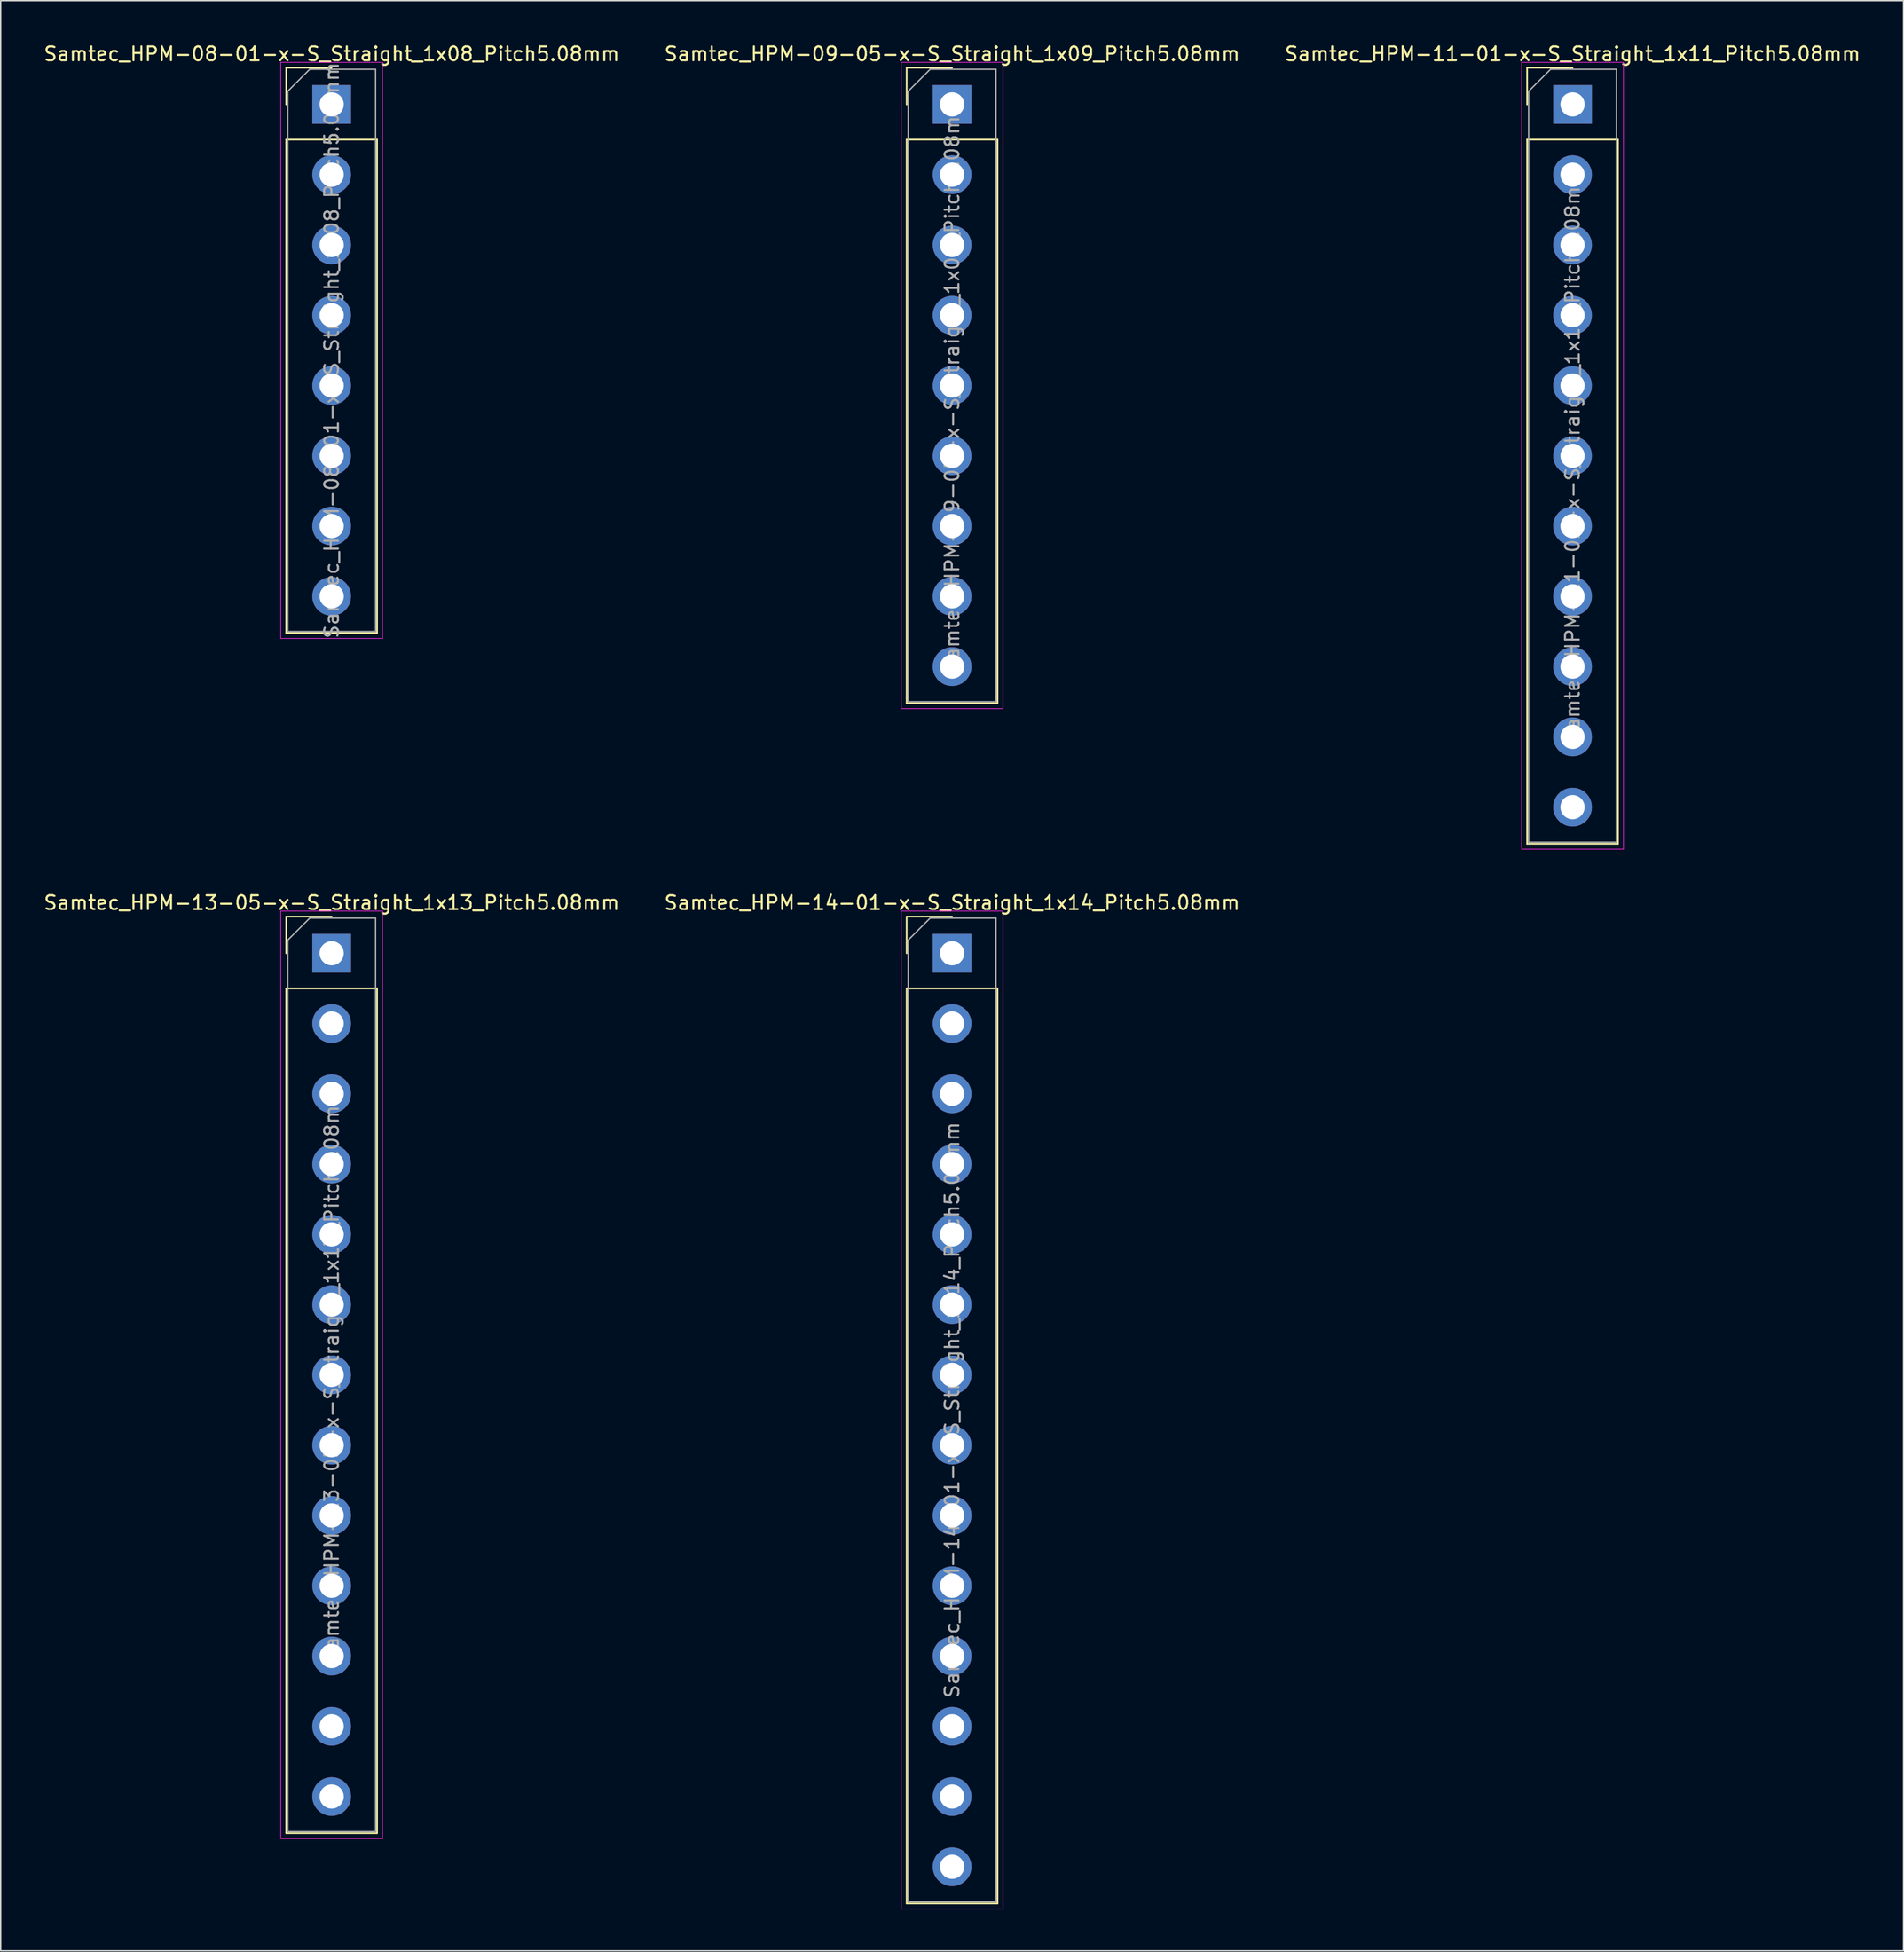
<source format=kicad_pcb>
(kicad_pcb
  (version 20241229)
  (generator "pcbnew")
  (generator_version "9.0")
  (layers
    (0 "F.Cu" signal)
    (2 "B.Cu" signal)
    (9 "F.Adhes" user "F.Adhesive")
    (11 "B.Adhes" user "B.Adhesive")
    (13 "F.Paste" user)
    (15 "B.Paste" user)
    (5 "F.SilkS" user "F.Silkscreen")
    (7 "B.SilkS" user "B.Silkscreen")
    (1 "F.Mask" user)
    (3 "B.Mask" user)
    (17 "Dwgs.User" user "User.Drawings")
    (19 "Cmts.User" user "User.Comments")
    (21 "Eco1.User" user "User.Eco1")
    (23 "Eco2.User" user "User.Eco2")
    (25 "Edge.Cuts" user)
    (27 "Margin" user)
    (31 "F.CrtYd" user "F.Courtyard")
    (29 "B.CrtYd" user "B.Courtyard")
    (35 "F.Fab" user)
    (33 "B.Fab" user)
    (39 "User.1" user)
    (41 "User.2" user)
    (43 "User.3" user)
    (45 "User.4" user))
  (footprint "Samtec_HPM-11-01-x-S_Straight_1x11_Pitch5.08mm"
    (layer "F.Cu")
    (at 110.673 4.498)
    (property "Reference" "Samtec_HPM-11-01-x-S_Straight_1x11_Pitch5.08mm" (at 0 -3.65 0) (layer "F.SilkS") (effects (font (size 1 1) (thickness 0.15))))
    (attr through_hole)
    (fp_line (start -3.285 -2.65) (end 0 -2.65) (stroke (width 0.12) (type solid)) (layer "F.SilkS"))
    (fp_line (start -3.285 0) (end -3.285 -2.65) (stroke (width 0.12) (type solid)) (layer "F.SilkS"))
    (fp_line (start -3.285 2.54) (end -3.285 53.45) (stroke (width 0.12) (type solid)) (layer "F.SilkS"))
    (fp_line (start -3.285 2.54) (end 3.285 2.54) (stroke (width 0.12) (type solid)) (layer "F.SilkS"))
    (fp_line (start -3.285 53.45) (end 3.285 53.45) (stroke (width 0.12) (type solid)) (layer "F.SilkS"))
    (fp_line (start 3.285 2.54) (end 3.285 53.45) (stroke (width 0.12) (type solid)) (layer "F.SilkS"))
    (fp_line (start -3.68 -3.04) (end -3.68 53.84) (stroke (width 0.05) (type solid)) (layer "F.CrtYd"))
    (fp_line (start -3.68 53.84) (end 3.68 53.84) (stroke (width 0.05) (type solid)) (layer "F.CrtYd"))
    (fp_line (start 3.68 -3.04) (end -3.68 -3.04) (stroke (width 0.05) (type solid)) (layer "F.CrtYd"))
    (fp_line (start 3.68 53.84) (end 3.68 -3.04) (stroke (width 0.05) (type solid)) (layer "F.CrtYd"))
    (fp_line (start -3.175 -0.953) (end -1.587 -2.54) (stroke (width 0.1) (type solid)) (layer "F.Fab"))
    (fp_line (start -3.175 53.34) (end -3.175 -0.953) (stroke (width 0.1) (type solid)) (layer "F.Fab"))
    (fp_line (start -1.587 -2.54) (end 3.175 -2.54) (stroke (width 0.1) (type solid)) (layer "F.Fab"))
    (fp_line (start 3.175 -2.54) (end 3.175 53.34) (stroke (width 0.1) (type solid)) (layer "F.Fab"))
    (fp_line (start 3.175 53.34) (end -3.175 53.34) (stroke (width 0.1) (type solid)) (layer "F.Fab"))
    (fp_text user "${REFERENCE}" (at 0 25.4 90) (layer "F.Fab") (effects (font (size 1 1) (thickness 0.15))))
    (pad "1" thru_hole rect (at 0 0) (size 2.8 2.8) (drill 1.75) (layers "*.Cu" "*.Mask"))
    (pad "2" thru_hole circle (at 0 5.08) (size 2.8 2.8) (drill 1.75) (layers "*.Cu" "*.Mask"))
    (pad "3" thru_hole circle (at 0 10.16) (size 2.8 2.8) (drill 1.75) (layers "*.Cu" "*.Mask"))
    (pad "4" thru_hole circle (at 0 15.24) (size 2.8 2.8) (drill 1.75) (layers "*.Cu" "*.Mask"))
    (pad "5" thru_hole circle (at 0 20.32) (size 2.8 2.8) (drill 1.75) (layers "*.Cu" "*.Mask"))
    (pad "6" thru_hole circle (at 0 25.4) (size 2.8 2.8) (drill 1.75) (layers "*.Cu" "*.Mask"))
    (pad "7" thru_hole circle (at 0 30.48) (size 2.8 2.8) (drill 1.75) (layers "*.Cu" "*.Mask"))
    (pad "8" thru_hole circle (at 0 35.56) (size 2.8 2.8) (drill 1.75) (layers "*.Cu" "*.Mask"))
    (pad "9" thru_hole circle (at 0 40.64) (size 2.8 2.8) (drill 1.75) (layers "*.Cu" "*.Mask"))
    (pad "10" thru_hole circle (at 0 45.72) (size 2.8 2.8) (drill 1.75) (layers "*.Cu" "*.Mask"))
    (pad "11" thru_hole circle (at 0 50.8) (size 2.8 2.8) (drill 1.75) (layers "*.Cu" "*.Mask")))
  (footprint "Samtec_HPM-08-01-x-S_Straight_1x08_Pitch5.08mm"
    (layer "F.Cu")
    (at 20.935 4.498)
    (property "Reference" "Samtec_HPM-08-01-x-S_Straight_1x08_Pitch5.08mm" (at 0 -3.65 0) (layer "F.SilkS") (effects (font (size 1 1) (thickness 0.15))))
    (attr through_hole)
    (fp_line (start -3.285 -2.65) (end 0 -2.65) (stroke (width 0.12) (type solid)) (layer "F.SilkS"))
    (fp_line (start -3.285 0) (end -3.285 -2.65) (stroke (width 0.12) (type solid)) (layer "F.SilkS"))
    (fp_line (start -3.285 2.54) (end -3.285 38.21) (stroke (width 0.12) (type solid)) (layer "F.SilkS"))
    (fp_line (start -3.285 2.54) (end 3.285 2.54) (stroke (width 0.12) (type solid)) (layer "F.SilkS"))
    (fp_line (start -3.285 38.21) (end 3.285 38.21) (stroke (width 0.12) (type solid)) (layer "F.SilkS"))
    (fp_line (start 3.285 2.54) (end 3.285 38.21) (stroke (width 0.12) (type solid)) (layer "F.SilkS"))
    (fp_line (start -3.68 -3.04) (end -3.68 38.6) (stroke (width 0.05) (type solid)) (layer "F.CrtYd"))
    (fp_line (start -3.68 38.6) (end 3.68 38.6) (stroke (width 0.05) (type solid)) (layer "F.CrtYd"))
    (fp_line (start 3.68 -3.04) (end -3.68 -3.04) (stroke (width 0.05) (type solid)) (layer "F.CrtYd"))
    (fp_line (start 3.68 38.6) (end 3.68 -3.04) (stroke (width 0.05) (type solid)) (layer "F.CrtYd"))
    (fp_line (start -3.175 -0.953) (end -1.587 -2.54) (stroke (width 0.1) (type solid)) (layer "F.Fab"))
    (fp_line (start -3.175 38.1) (end -3.175 -0.953) (stroke (width 0.1) (type solid)) (layer "F.Fab"))
    (fp_line (start -1.587 -2.54) (end 3.175 -2.54) (stroke (width 0.1) (type solid)) (layer "F.Fab"))
    (fp_line (start 3.175 -2.54) (end 3.175 38.1) (stroke (width 0.1) (type solid)) (layer "F.Fab"))
    (fp_line (start 3.175 38.1) (end -3.175 38.1) (stroke (width 0.1) (type solid)) (layer "F.Fab"))
    (fp_text user "${REFERENCE}" (at 0 17.78 90) (layer "F.Fab") (effects (font (size 1 1) (thickness 0.15))))
    (pad "1" thru_hole rect (at 0 0) (size 2.8 2.8) (drill 1.75) (layers "*.Cu" "*.Mask"))
    (pad "2" thru_hole circle (at 0 5.08) (size 2.8 2.8) (drill 1.75) (layers "*.Cu" "*.Mask"))
    (pad "3" thru_hole circle (at 0 10.16) (size 2.8 2.8) (drill 1.75) (layers "*.Cu" "*.Mask"))
    (pad "4" thru_hole circle (at 0 15.24) (size 2.8 2.8) (drill 1.75) (layers "*.Cu" "*.Mask"))
    (pad "5" thru_hole circle (at 0 20.32) (size 2.8 2.8) (drill 1.75) (layers "*.Cu" "*.Mask"))
    (pad "6" thru_hole circle (at 0 25.4) (size 2.8 2.8) (drill 1.75) (layers "*.Cu" "*.Mask"))
    (pad "7" thru_hole circle (at 0 30.48) (size 2.8 2.8) (drill 1.75) (layers "*.Cu" "*.Mask"))
    (pad "8" thru_hole circle (at 0 35.56) (size 2.8 2.8) (drill 1.75) (layers "*.Cu" "*.Mask")))
  (footprint "Samtec_HPM-14-01-x-S_Straight_1x14_Pitch5.08mm"
    (layer "F.Cu")
    (at 65.804 65.862)
    (property "Reference" "Samtec_HPM-14-01-x-S_Straight_1x14_Pitch5.08mm" (at 0 -3.65 0) (layer "F.SilkS") (effects (font (size 1 1) (thickness 0.15))))
    (attr through_hole)
    (fp_line (start -3.285 -2.65) (end 0 -2.65) (stroke (width 0.12) (type solid)) (layer "F.SilkS"))
    (fp_line (start -3.285 0) (end -3.285 -2.65) (stroke (width 0.12) (type solid)) (layer "F.SilkS"))
    (fp_line (start -3.285 2.54) (end -3.285 68.69) (stroke (width 0.12) (type solid)) (layer "F.SilkS"))
    (fp_line (start -3.285 2.54) (end 3.285 2.54) (stroke (width 0.12) (type solid)) (layer "F.SilkS"))
    (fp_line (start -3.285 68.69) (end 3.285 68.69) (stroke (width 0.12) (type solid)) (layer "F.SilkS"))
    (fp_line (start 3.285 2.54) (end 3.285 68.69) (stroke (width 0.12) (type solid)) (layer "F.SilkS"))
    (fp_line (start -3.68 -3.05) (end -3.68 69.09) (stroke (width 0.05) (type solid)) (layer "F.CrtYd"))
    (fp_line (start -3.68 69.09) (end 3.68 69.09) (stroke (width 0.05) (type solid)) (layer "F.CrtYd"))
    (fp_line (start 3.68 -3.05) (end -3.68 -3.05) (stroke (width 0.05) (type solid)) (layer "F.CrtYd"))
    (fp_line (start 3.68 69.09) (end 3.68 -3.05) (stroke (width 0.05) (type solid)) (layer "F.CrtYd"))
    (fp_line (start -3.175 -0.953) (end -1.587 -2.54) (stroke (width 0.1) (type solid)) (layer "F.Fab"))
    (fp_line (start -3.175 68.58) (end -3.175 -0.953) (stroke (width 0.1) (type solid)) (layer "F.Fab"))
    (fp_line (start -1.587 -2.54) (end 3.175 -2.54) (stroke (width 0.1) (type solid)) (layer "F.Fab"))
    (fp_line (start 3.175 -2.54) (end 3.175 68.58) (stroke (width 0.1) (type solid)) (layer "F.Fab"))
    (fp_line (start 3.175 68.58) (end -3.175 68.58) (stroke (width 0.1) (type solid)) (layer "F.Fab"))
    (fp_text user "${REFERENCE}" (at 0 33.02 90) (layer "F.Fab") (effects (font (size 1 1) (thickness 0.15))))
    (pad "1" thru_hole rect (at 0 0) (size 2.8 2.8) (drill 1.75) (layers "*.Cu" "*.Mask"))
    (pad "2" thru_hole circle (at 0 5.08) (size 2.8 2.8) (drill 1.75) (layers "*.Cu" "*.Mask"))
    (pad "3" thru_hole circle (at 0 10.16) (size 2.8 2.8) (drill 1.75) (layers "*.Cu" "*.Mask"))
    (pad "4" thru_hole circle (at 0 15.24) (size 2.8 2.8) (drill 1.75) (layers "*.Cu" "*.Mask"))
    (pad "5" thru_hole circle (at 0 20.32) (size 2.8 2.8) (drill 1.75) (layers "*.Cu" "*.Mask"))
    (pad "6" thru_hole circle (at 0 25.4) (size 2.8 2.8) (drill 1.75) (layers "*.Cu" "*.Mask"))
    (pad "7" thru_hole circle (at 0 30.48) (size 2.8 2.8) (drill 1.75) (layers "*.Cu" "*.Mask"))
    (pad "8" thru_hole circle (at 0 35.56) (size 2.8 2.8) (drill 1.75) (layers "*.Cu" "*.Mask"))
    (pad "9" thru_hole circle (at 0 40.64) (size 2.8 2.8) (drill 1.75) (layers "*.Cu" "*.Mask"))
    (pad "10" thru_hole circle (at 0 45.72) (size 2.8 2.8) (drill 1.75) (layers "*.Cu" "*.Mask"))
    (pad "11" thru_hole circle (at 0 50.8) (size 2.8 2.8) (drill 1.75) (layers "*.Cu" "*.Mask"))
    (pad "12" thru_hole circle (at 0 55.88) (size 2.8 2.8) (drill 1.75) (layers "*.Cu" "*.Mask"))
    (pad "13" thru_hole circle (at 0 60.96) (size 2.8 2.8) (drill 1.75) (layers "*.Cu" "*.Mask"))
    (pad "14" thru_hole circle (at 0 66.04) (size 2.8 2.8) (drill 1.75) (layers "*.Cu" "*.Mask")))
  (footprint "Samtec_HPM-13-05-x-S_Straight_1x13_Pitch5.08mm"
    (layer "F.Cu")
    (at 20.935 65.862)
    (property "Reference" "Samtec_HPM-13-05-x-S_Straight_1x13_Pitch5.08mm" (at 0 -3.65 0) (layer "F.SilkS") (effects (font (size 1 1) (thickness 0.15))))
    (attr through_hole)
    (fp_line (start -3.285 -2.65) (end 0 -2.65) (stroke (width 0.12) (type solid)) (layer "F.SilkS"))
    (fp_line (start -3.285 0) (end -3.285 -2.65) (stroke (width 0.12) (type solid)) (layer "F.SilkS"))
    (fp_line (start -3.285 2.54) (end -3.285 63.61) (stroke (width 0.12) (type solid)) (layer "F.SilkS"))
    (fp_line (start -3.285 2.54) (end 3.285 2.54) (stroke (width 0.12) (type solid)) (layer "F.SilkS"))
    (fp_line (start -3.285 63.61) (end 3.285 63.61) (stroke (width 0.12) (type solid)) (layer "F.SilkS"))
    (fp_line (start 3.285 2.54) (end 3.285 63.61) (stroke (width 0.12) (type solid)) (layer "F.SilkS"))
    (fp_line (start -3.68 -3.05) (end -3.68 64) (stroke (width 0.05) (type solid)) (layer "F.CrtYd"))
    (fp_line (start -3.68 64) (end 3.68 64) (stroke (width 0.05) (type solid)) (layer "F.CrtYd"))
    (fp_line (start 3.68 -3.05) (end -3.68 -3.05) (stroke (width 0.05) (type solid)) (layer "F.CrtYd"))
    (fp_line (start 3.68 64) (end 3.68 -3.05) (stroke (width 0.05) (type solid)) (layer "F.CrtYd"))
    (fp_line (start -3.175 -0.953) (end -1.587 -2.54) (stroke (width 0.1) (type solid)) (layer "F.Fab"))
    (fp_line (start -3.175 63.5) (end -3.175 -0.953) (stroke (width 0.1) (type solid)) (layer "F.Fab"))
    (fp_line (start -1.587 -2.54) (end 3.175 -2.54) (stroke (width 0.1) (type solid)) (layer "F.Fab"))
    (fp_line (start 3.175 -2.54) (end 3.175 63.5) (stroke (width 0.1) (type solid)) (layer "F.Fab"))
    (fp_line (start 3.175 63.5) (end -3.175 63.5) (stroke (width 0.1) (type solid)) (layer "F.Fab"))
    (fp_text user "${REFERENCE}" (at 0 30.48 90) (layer "F.Fab") (effects (font (size 1 1) (thickness 0.15))))
    (pad "1" thru_hole rect (at 0 0) (size 2.8 2.8) (drill 1.75) (layers "*.Cu" "*.Mask"))
    (pad "2" thru_hole circle (at 0 5.08) (size 2.8 2.8) (drill 1.75) (layers "*.Cu" "*.Mask"))
    (pad "3" thru_hole circle (at 0 10.16) (size 2.8 2.8) (drill 1.75) (layers "*.Cu" "*.Mask"))
    (pad "4" thru_hole circle (at 0 15.24) (size 2.8 2.8) (drill 1.75) (layers "*.Cu" "*.Mask"))
    (pad "5" thru_hole circle (at 0 20.32) (size 2.8 2.8) (drill 1.75) (layers "*.Cu" "*.Mask"))
    (pad "6" thru_hole circle (at 0 25.4) (size 2.8 2.8) (drill 1.75) (layers "*.Cu" "*.Mask"))
    (pad "7" thru_hole circle (at 0 30.48) (size 2.8 2.8) (drill 1.75) (layers "*.Cu" "*.Mask"))
    (pad "8" thru_hole circle (at 0 35.56) (size 2.8 2.8) (drill 1.75) (layers "*.Cu" "*.Mask"))
    (pad "9" thru_hole circle (at 0 40.64) (size 2.8 2.8) (drill 1.75) (layers "*.Cu" "*.Mask"))
    (pad "10" thru_hole circle (at 0 45.72) (size 2.8 2.8) (drill 1.75) (layers "*.Cu" "*.Mask"))
    (pad "11" thru_hole circle (at 0 50.8) (size 2.8 2.8) (drill 1.75) (layers "*.Cu" "*.Mask"))
    (pad "12" thru_hole circle (at 0 55.88) (size 2.8 2.8) (drill 1.75) (layers "*.Cu" "*.Mask"))
    (pad "13" thru_hole circle (at 0 60.96) (size 2.8 2.8) (drill 1.75) (layers "*.Cu" "*.Mask")))
  (footprint "Samtec_HPM-09-05-x-S_Straight_1x09_Pitch5.08mm"
    (layer "F.Cu")
    (at 65.804 4.498)
    (property "Reference" "Samtec_HPM-09-05-x-S_Straight_1x09_Pitch5.08mm" (at 0 -3.65 0) (layer "F.SilkS") (effects (font (size 1 1) (thickness 0.15))))
    (attr through_hole)
    (fp_line (start -3.285 -2.65) (end 0 -2.65) (stroke (width 0.12) (type solid)) (layer "F.SilkS"))
    (fp_line (start -3.285 0) (end -3.285 -2.65) (stroke (width 0.12) (type solid)) (layer "F.SilkS"))
    (fp_line (start -3.285 2.54) (end -3.285 43.29) (stroke (width 0.12) (type solid)) (layer "F.SilkS"))
    (fp_line (start -3.285 2.54) (end 3.285 2.54) (stroke (width 0.12) (type solid)) (layer "F.SilkS"))
    (fp_line (start -3.285 43.29) (end 3.285 43.29) (stroke (width 0.12) (type solid)) (layer "F.SilkS"))
    (fp_line (start 3.285 2.54) (end 3.285 43.29) (stroke (width 0.12) (type solid)) (layer "F.SilkS"))
    (fp_line (start -3.68 -3.04) (end -3.68 43.68) (stroke (width 0.05) (type solid)) (layer "F.CrtYd"))
    (fp_line (start -3.68 43.68) (end 3.68 43.68) (stroke (width 0.05) (type solid)) (layer "F.CrtYd"))
    (fp_line (start 3.68 -3.04) (end -3.68 -3.04) (stroke (width 0.05) (type solid)) (layer "F.CrtYd"))
    (fp_line (start 3.68 43.68) (end 3.68 -3.04) (stroke (width 0.05) (type solid)) (layer "F.CrtYd"))
    (fp_line (start -3.175 -0.953) (end -1.587 -2.54) (stroke (width 0.1) (type solid)) (layer "F.Fab"))
    (fp_line (start -3.175 43.18) (end -3.175 -0.953) (stroke (width 0.1) (type solid)) (layer "F.Fab"))
    (fp_line (start -1.587 -2.54) (end 3.175 -2.54) (stroke (width 0.1) (type solid)) (layer "F.Fab"))
    (fp_line (start 3.175 -2.54) (end 3.175 43.18) (stroke (width 0.1) (type solid)) (layer "F.Fab"))
    (fp_line (start 3.175 43.18) (end -3.175 43.18) (stroke (width 0.1) (type solid)) (layer "F.Fab"))
    (fp_text user "${REFERENCE}" (at 0 20.32 90) (layer "F.Fab") (effects (font (size 1 1) (thickness 0.15))))
    (pad "1" thru_hole rect (at 0 0) (size 2.8 2.8) (drill 1.75) (layers "*.Cu" "*.Mask"))
    (pad "2" thru_hole circle (at 0 5.08) (size 2.8 2.8) (drill 1.75) (layers "*.Cu" "*.Mask"))
    (pad "3" thru_hole circle (at 0 10.16) (size 2.8 2.8) (drill 1.75) (layers "*.Cu" "*.Mask"))
    (pad "4" thru_hole circle (at 0 15.24) (size 2.8 2.8) (drill 1.75) (layers "*.Cu" "*.Mask"))
    (pad "5" thru_hole circle (at 0 20.32) (size 2.8 2.8) (drill 1.75) (layers "*.Cu" "*.Mask"))
    (pad "6" thru_hole circle (at 0 25.4) (size 2.8 2.8) (drill 1.75) (layers "*.Cu" "*.Mask"))
    (pad "7" thru_hole circle (at 0 30.48) (size 2.8 2.8) (drill 1.75) (layers "*.Cu" "*.Mask"))
    (pad "8" thru_hole circle (at 0 35.56) (size 2.8 2.8) (drill 1.75) (layers "*.Cu" "*.Mask"))
    (pad "9" thru_hole circle (at 0 40.64) (size 2.8 2.8) (drill 1.75) (layers "*.Cu" "*.Mask")))
  (gr_rect
    (start -3 -3)
    (end 134.607 137.976)
    (stroke (width 0.1) (type default))
    (fill no)
    (layer "Edge.Cuts")))
</source>
